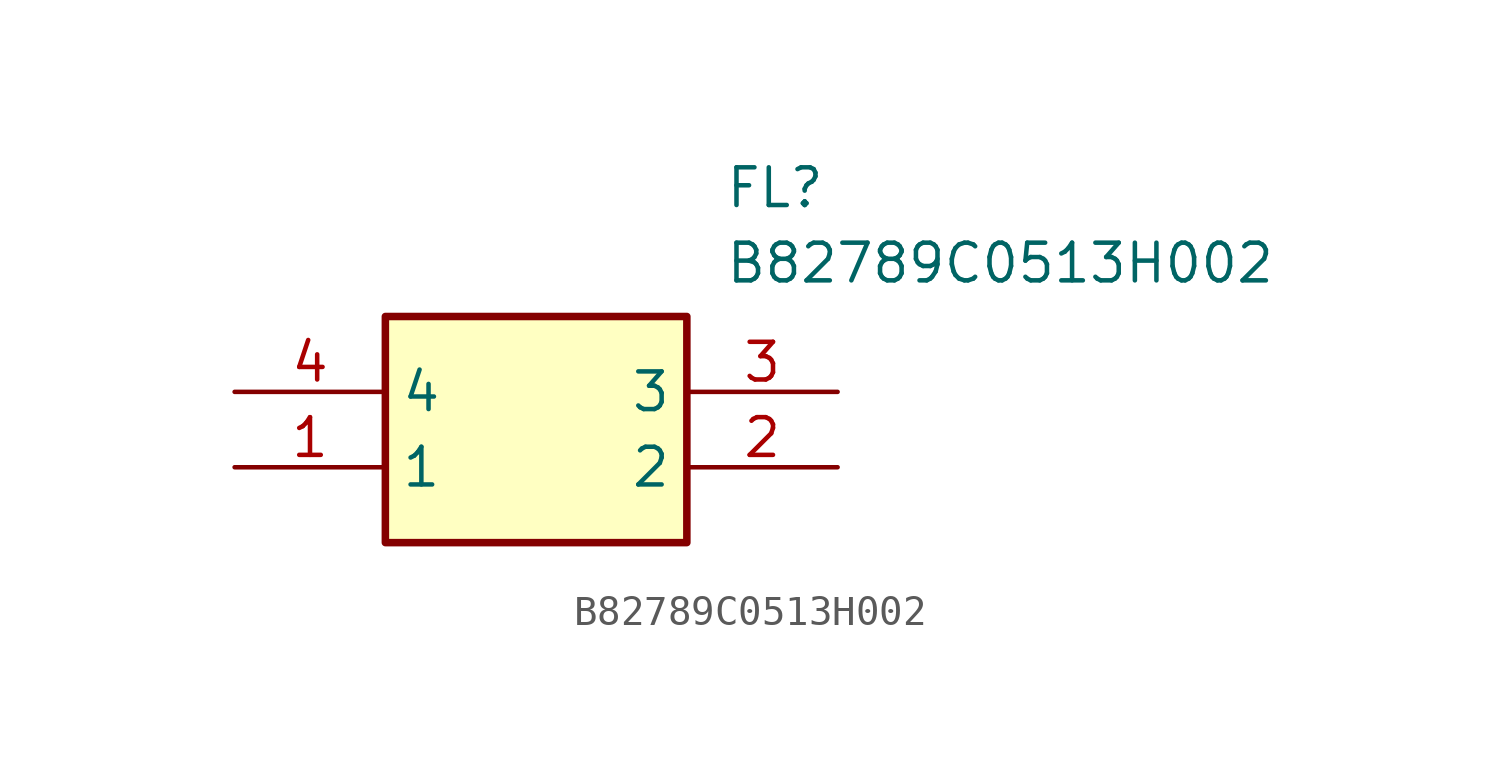
<source format=kicad_sym>
(kicad_symbol_lib
  (version 20211014)
  (generator SamacSys_ECAD_Model)
  (symbol "B82789C0513H002"
    (property "Reference" "FL"
      (at 16.51 7.62 0)
      (effects (font (size 1.27 1.27)) (justify left top)))
    (property "Value" "B82789C0513H002"
      (at 16.51 5.08 0)
      (effects (font (size 1.27 1.27)) (justify left top)))
    (rectangle
      (start 5.08 2.54)
      (end 15.24 -5.08)
      (stroke (width 0.254) (type default))
      (fill (type background)))
    (pin passive line
      (at 0 -2.54 0)
      (length 5.08)
      (name "1" (effects (font (size 1.27 1.27))))
      (number "1" (effects (font (size 1.27 1.27)))))
    (pin passive line
      (at 20.32 -2.54 180)
      (length 5.08)
      (name "2" (effects (font (size 1.27 1.27))))
      (number "2" (effects (font (size 1.27 1.27)))))
    (pin passive line
      (at 20.32 0 180)
      (length 5.08)
      (name "3" (effects (font (size 1.27 1.27))))
      (number "3" (effects (font (size 1.27 1.27)))))
    (pin passive line
      (at 0 0 0)
      (length 5.08)
      (name "4" (effects (font (size 1.27 1.27))))
      (number "4" (effects (font (size 1.27 1.27)))))))
</source>
